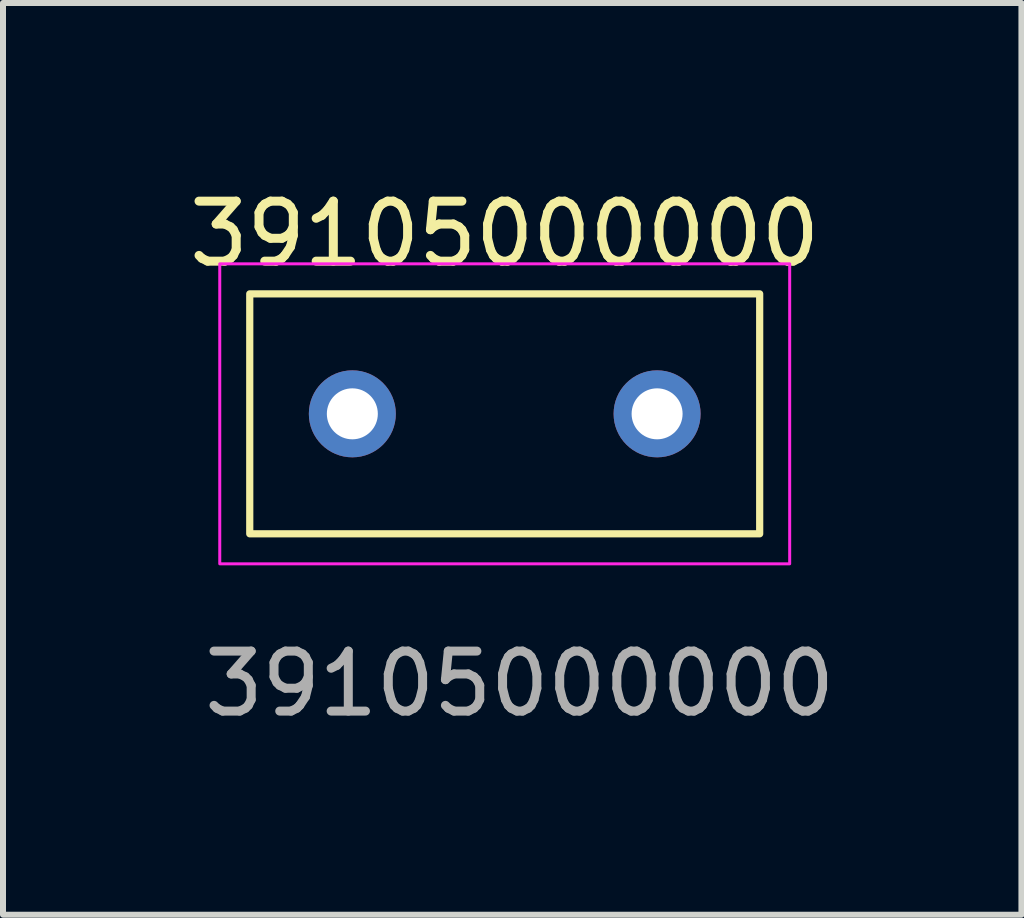
<source format=kicad_pcb>
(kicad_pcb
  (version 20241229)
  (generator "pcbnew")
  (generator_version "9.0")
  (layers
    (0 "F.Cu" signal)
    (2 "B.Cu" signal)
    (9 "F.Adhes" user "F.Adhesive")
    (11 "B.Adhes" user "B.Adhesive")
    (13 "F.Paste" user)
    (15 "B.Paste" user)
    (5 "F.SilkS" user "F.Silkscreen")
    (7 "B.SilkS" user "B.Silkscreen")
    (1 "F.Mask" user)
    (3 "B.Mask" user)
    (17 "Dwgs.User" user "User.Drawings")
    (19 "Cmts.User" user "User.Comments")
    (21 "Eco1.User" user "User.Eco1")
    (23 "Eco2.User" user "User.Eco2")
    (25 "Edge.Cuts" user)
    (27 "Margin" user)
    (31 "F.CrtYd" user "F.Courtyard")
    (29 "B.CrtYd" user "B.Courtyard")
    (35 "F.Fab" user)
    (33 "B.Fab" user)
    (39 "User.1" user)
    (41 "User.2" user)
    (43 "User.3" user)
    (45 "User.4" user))
  (footprint "39105000000"
    (layer "F.Cu")
    (at 1.113 1.848)
    (property "Reference" "39105000000" (at 4.25 -1 0) (unlocked yes) (layer "F.SilkS") (effects (font (size 1 1) (thickness 0.15))))
    (attr through_hole)
    (fp_rect (start 0 0) (end 8.5 4) (stroke (width 0.12) (type solid)) (fill no) (layer "F.SilkS"))
    (fp_rect (start -0.5 -0.5) (end 9 4.5) (stroke (width 0.05) (type default)) (fill no) (layer "F.CrtYd"))
    (fp_text user "${REFERENCE}" (at 4.5 6.5 0) (unlocked yes) (layer "F.Fab") (effects (font (size 1 1) (thickness 0.15))))
    (pad "1" thru_hole circle (at 1.71 2) (size 1.45 1.45) (drill 0.85) (layers "*.Cu" "*.Mask"))
    (pad "2" thru_hole circle (at 6.79 2) (size 1.45 1.45) (drill 0.85) (layers "*.Cu" "*.Mask")))
  (gr_rect
    (start -3 -3)
    (end 13.976 12.197)
    (stroke (width 0.1) (type default))
    (fill no)
    (layer "Edge.Cuts")))
</source>
